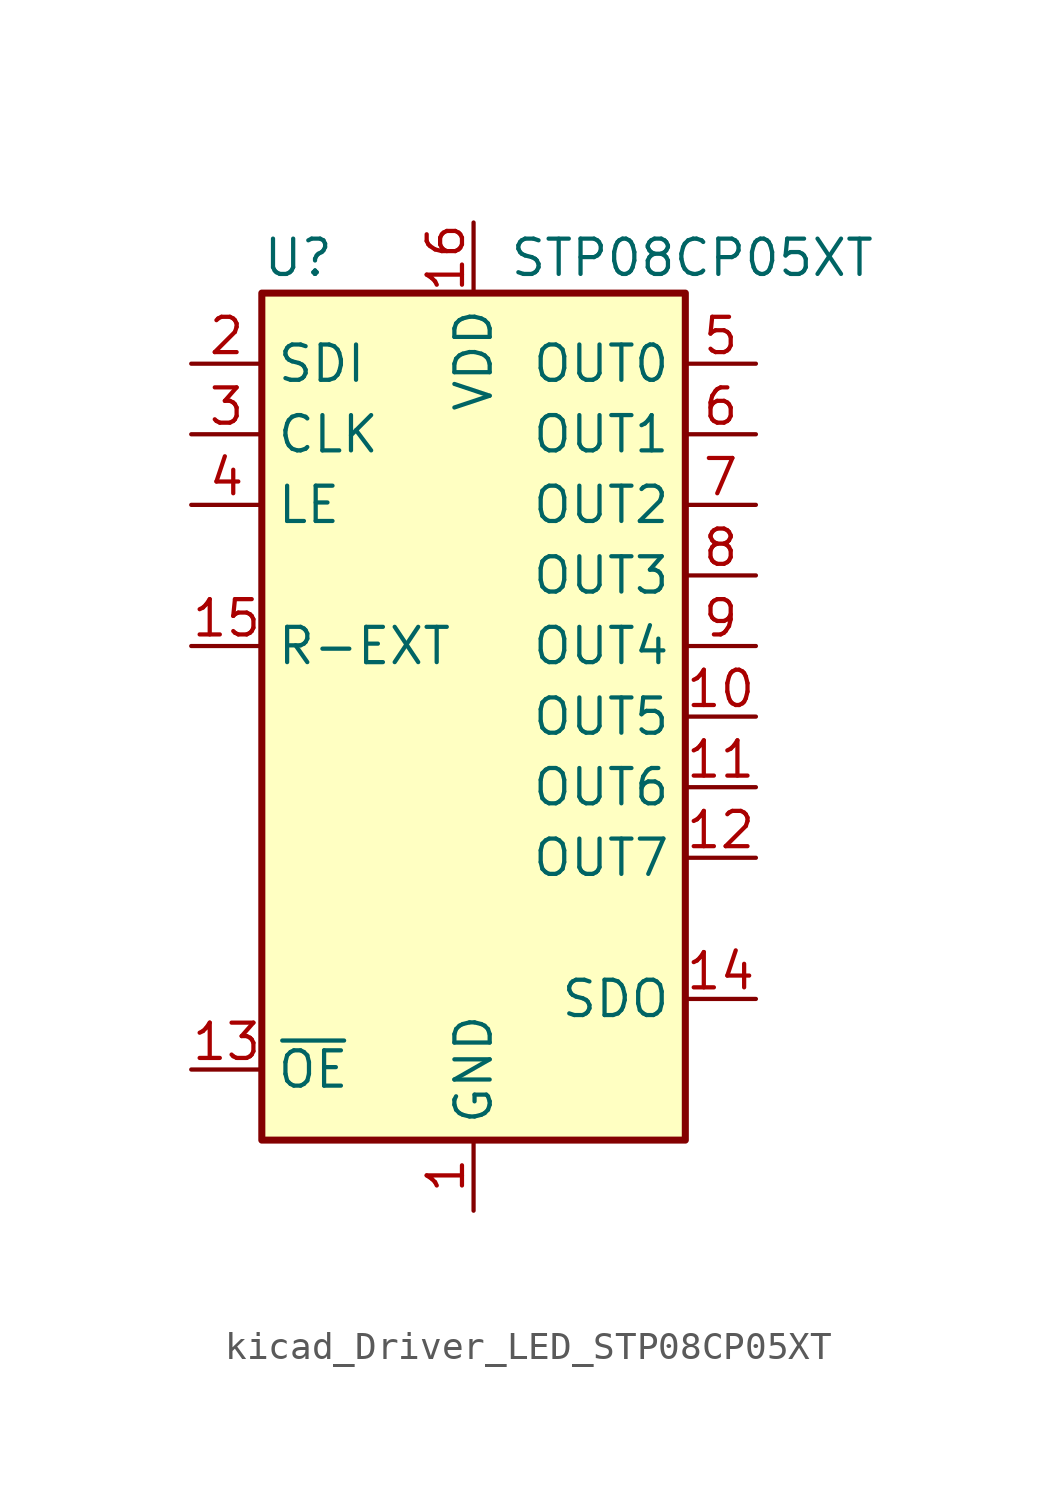
<source format=kicad_sym>
(kicad_symbol_lib
  (version 20220914)
  (generator kicad_symbol_editor)
  (symbol "kicad_Driver_LED_STP08CP05XT"
    (property "Reference" "U"
      (at -7.62 16.51 0)
      (effects (font (size 1.27 1.27)) (justify left)))
    (property "Value" "STP08CP05XT"
      (at 1.27 16.51 0)
      (effects (font (size 1.27 1.27)) (justify left)))
    (symbol "kicad_Driver_LED_STP08CP05XT_0_1"
      (rectangle (start -7.62 15.24) (end 7.62 -15.24) (stroke (width 0.254) (type default)) (fill (type background))))
    (symbol "kicad_Driver_LED_STP08CP05XT_1_1"
      (pin power_in line (at 0 -17.78 90) (length 2.54) (name "GND" (effects (font (size 1.27 1.27)))) (number "1" (effects (font (size 1.27 1.27)))))
      (pin output line (at 10.16 0 180) (length 2.54) (name "OUT5" (effects (font (size 1.27 1.27)))) (number "10" (effects (font (size 1.27 1.27)))))
      (pin output line (at 10.16 -2.54 180) (length 2.54) (name "OUT6" (effects (font (size 1.27 1.27)))) (number "11" (effects (font (size 1.27 1.27)))))
      (pin output line (at 10.16 -5.08 180) (length 2.54) (name "OUT7" (effects (font (size 1.27 1.27)))) (number "12" (effects (font (size 1.27 1.27)))))
      (pin input line (at -10.16 -12.7 0) (length 2.54) (name "~{OE}" (effects (font (size 1.27 1.27)))) (number "13" (effects (font (size 1.27 1.27)))))
      (pin output line (at 10.16 -10.16 180) (length 2.54) (name "SDO" (effects (font (size 1.27 1.27)))) (number "14" (effects (font (size 1.27 1.27)))))
      (pin passive line (at -10.16 2.54 0) (length 2.54) (name "R-EXT" (effects (font (size 1.27 1.27)))) (number "15" (effects (font (size 1.27 1.27)))))
      (pin power_in line (at 0 17.78 270) (length 2.54) (name "VDD" (effects (font (size 1.27 1.27)))) (number "16" (effects (font (size 1.27 1.27)))))
      (pin passive line (at 0 -17.78 90) (length 2.54) hide (name "GND" (effects (font (size 1.27 1.27)))) (number "17" (effects (font (size 1.27 1.27)))))
      (pin input line (at -10.16 12.7 0) (length 2.54) (name "SDI" (effects (font (size 1.27 1.27)))) (number "2" (effects (font (size 1.27 1.27)))))
      (pin input line (at -10.16 10.16 0) (length 2.54) (name "CLK" (effects (font (size 1.27 1.27)))) (number "3" (effects (font (size 1.27 1.27)))))
      (pin input line (at -10.16 7.62 0) (length 2.54) (name "LE" (effects (font (size 1.27 1.27)))) (number "4" (effects (font (size 1.27 1.27)))))
      (pin output line (at 10.16 12.7 180) (length 2.54) (name "OUT0" (effects (font (size 1.27 1.27)))) (number "5" (effects (font (size 1.27 1.27)))))
      (pin output line (at 10.16 10.16 180) (length 2.54) (name "OUT1" (effects (font (size 1.27 1.27)))) (number "6" (effects (font (size 1.27 1.27)))))
      (pin output line (at 10.16 7.62 180) (length 2.54) (name "OUT2" (effects (font (size 1.27 1.27)))) (number "7" (effects (font (size 1.27 1.27)))))
      (pin output line (at 10.16 5.08 180) (length 2.54) (name "OUT3" (effects (font (size 1.27 1.27)))) (number "8" (effects (font (size 1.27 1.27)))))
      (pin output line (at 10.16 2.54 180) (length 2.54) (name "OUT4" (effects (font (size 1.27 1.27)))) (number "9" (effects (font (size 1.27 1.27))))))))
</source>
